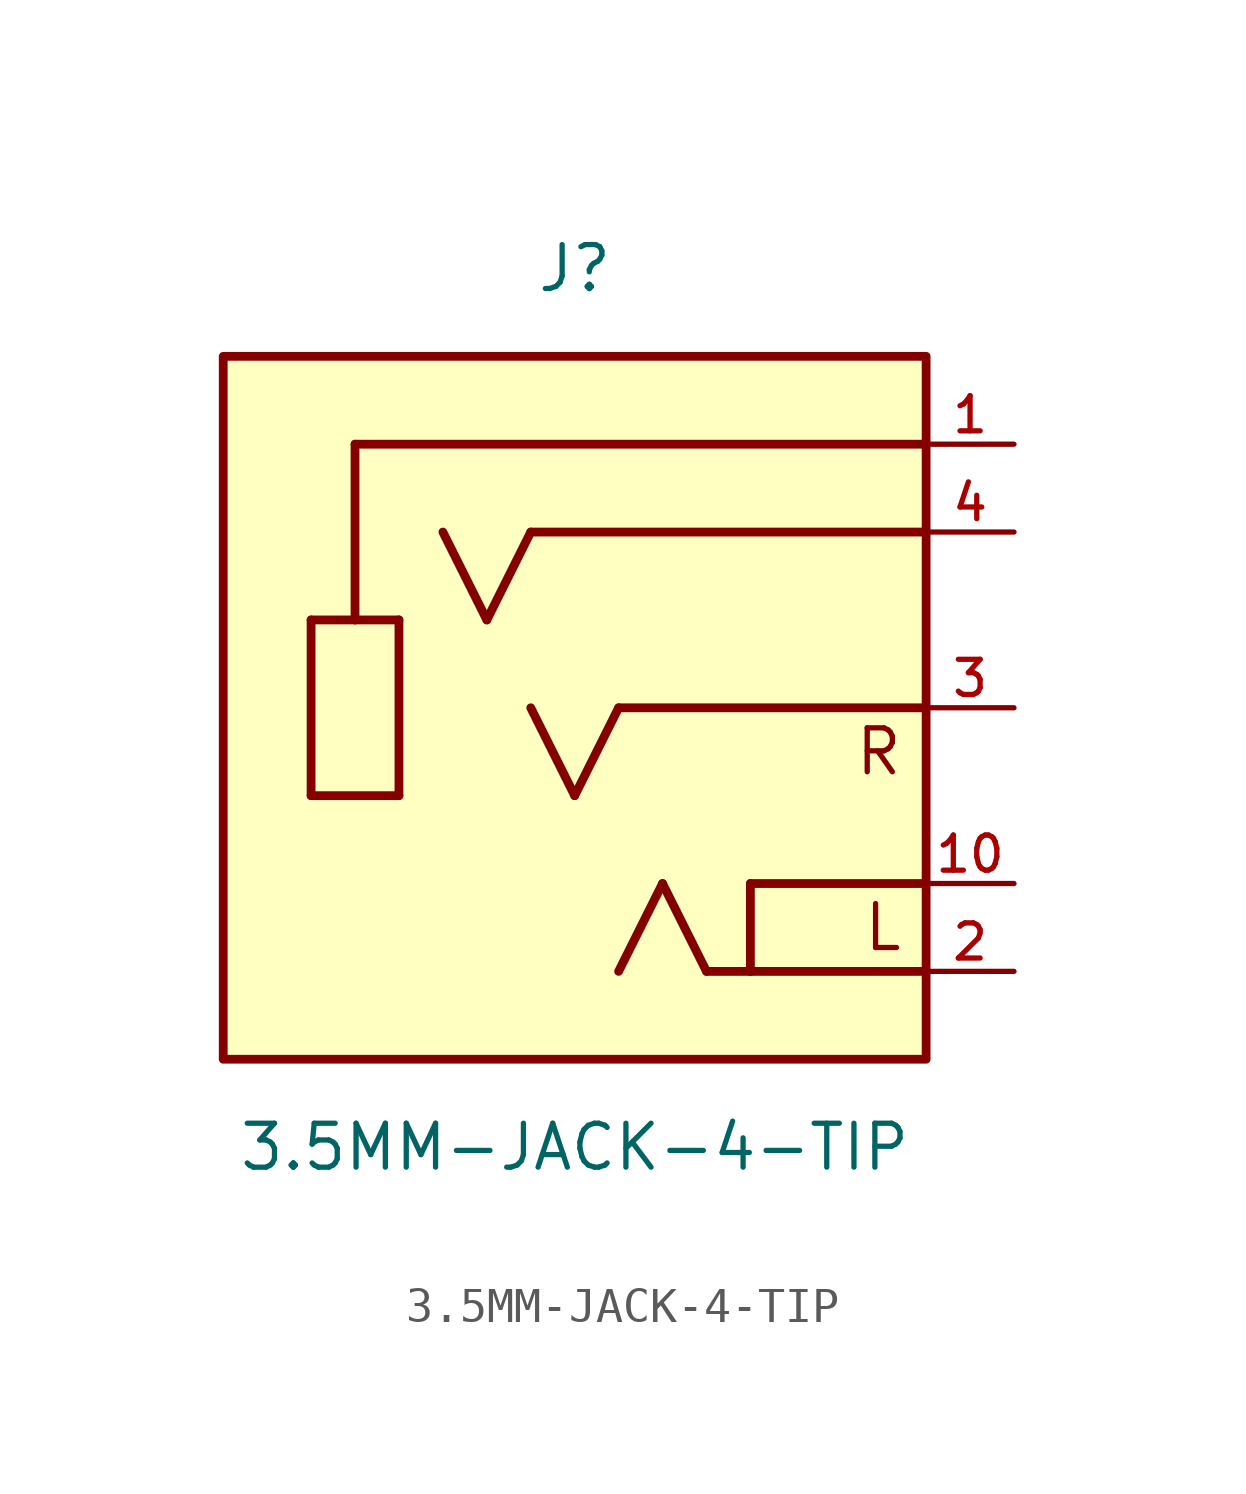
<source format=kicad_sym>
(kicad_symbol_lib
  (version 20211014)
  (generator kicad_symbol_editor)
  (symbol "3.5MM-JACK-4-TIP"
    (pin_names
      (offset 1.016))
    (property "Reference" "J"
      (at 0.0 12.7 0)
      (effects (font (size 1.27 1.27))))
    (property "Value" "3.5MM-JACK-4-TIP"
      (at 0.0 -12.7 0)
      (effects (font (size 1.27 1.27))))
    (symbol "3.5MM-JACK-4-TIP_0_0"
      (polyline (pts (xy 10.16 -7.62) (xy 5.08 -7.62)) (stroke (width 0.254)))
      (polyline (pts (xy 5.08 -7.62) (xy 3.81 -7.62)) (stroke (width 0.254)))
      (polyline (pts (xy 3.81 -7.62) (xy 2.54 -5.08)) (stroke (width 0.254)))
      (polyline (pts (xy 2.54 -5.08) (xy 1.27 -7.62)) (stroke (width 0.254)))
      (polyline (pts (xy 10.16 0.0) (xy 1.27 0.0)) (stroke (width 0.254)))
      (polyline (pts (xy 1.27 0.0) (xy 0.0 -2.54)) (stroke (width 0.254)))
      (polyline (pts (xy 0.0 -2.54) (xy -1.27 0.0)) (stroke (width 0.254)))
      (polyline (pts (xy 10.16 5.08) (xy -1.27 5.08)) (stroke (width 0.254)))
      (polyline (pts (xy -1.27 5.08) (xy -2.54 2.54)) (stroke (width 0.254)))
      (polyline (pts (xy -2.54 2.54) (xy -3.81 5.08)) (stroke (width 0.254)))
      (polyline (pts (xy 10.16 -5.08) (xy 5.08 -5.08)) (stroke (width 0.254)))
      (polyline (pts (xy 5.08 -5.08) (xy 5.08 -7.62)) (stroke (width 0.254)))
      (polyline (pts (xy 10.16 7.62) (xy -6.35 7.62)) (stroke (width 0.254)))
      (polyline (pts (xy -6.35 7.62) (xy -6.35 2.54)) (stroke (width 0.254)))
      (polyline (pts (xy -6.35 2.54) (xy -7.62 2.54)) (stroke (width 0.254)))
      (polyline (pts (xy -7.62 2.54) (xy -7.62 -2.54)) (stroke (width 0.254)))
      (polyline (pts (xy -7.62 -2.54) (xy -5.08 -2.54)) (stroke (width 0.254)))
      (polyline (pts (xy -5.08 -2.54) (xy -5.08 2.54)) (stroke (width 0.254)))
      (polyline (pts (xy -5.08 2.54) (xy -6.35 2.54)) (stroke (width 0.254)))
      (text "R" (at 9.525 -1.27 0) (effects (font (size 1.27 1.27)) (justify right)))
      (text "L" (at 9.525 -6.35 0) (effects (font (size 1.27 1.27)) (justify right)))
      (rectangle (start -10.16 -10.16) (end 10.16 10.16) (stroke (width 0.254)) (fill (type background)))
      (pin power_in line (at 12.7 7.62 180.0) (length 2.54) (name "~" (effects (font (size 1.016 1.016)))) (number "1" (effects (font (size 1.016 1.016)))))
      (pin bidirectional line (at 12.7 5.08 180.0) (length 2.54) (name "~" (effects (font (size 1.016 1.016)))) (number "4" (effects (font (size 1.016 1.016)))))
      (pin bidirectional line (at 12.7 0.0 180.0) (length 2.54) (name "~" (effects (font (size 1.016 1.016)))) (number "3" (effects (font (size 1.016 1.016)))))
      (pin bidirectional line (at 12.7 -7.62 180.0) (length 2.54) (name "~" (effects (font (size 1.016 1.016)))) (number "2" (effects (font (size 1.016 1.016)))))
      (pin output line (at 12.7 -5.08 180.0) (length 2.54) (name "~" (effects (font (size 1.016 1.016)))) (number "10" (effects (font (size 1.016 1.016))))))))
</source>
